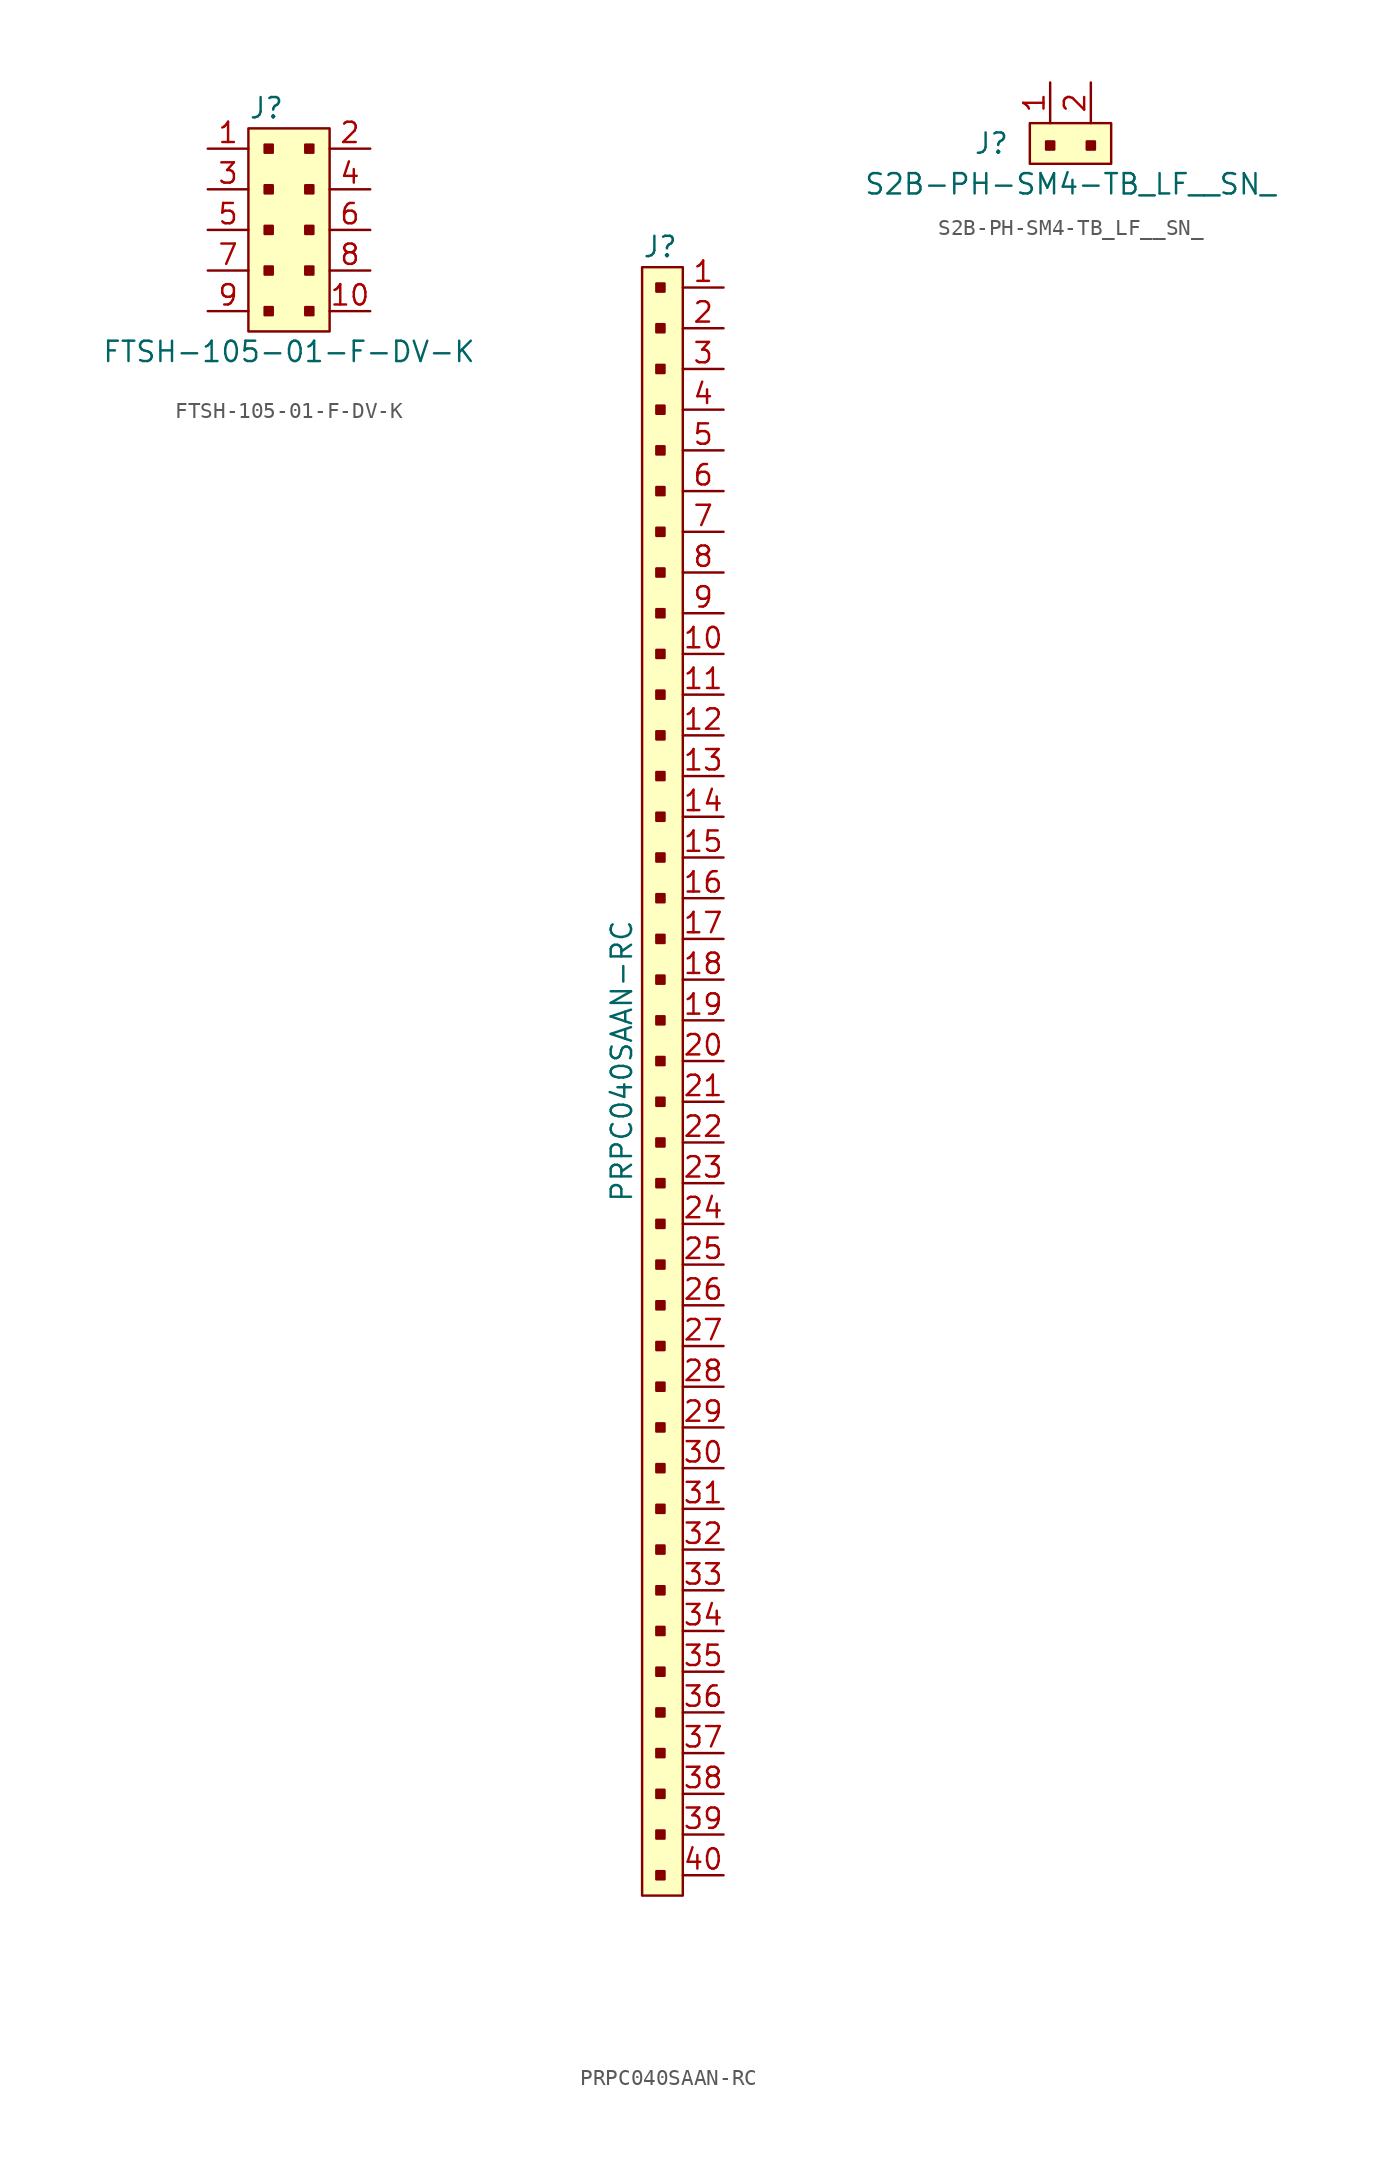
<source format=kicad_sym>
(kicad_symbol_lib
  (version 20240819)
  (generator "kicad_symbol_editor")
  (generator_version "8.99")
  (symbol "FTSH-105-01-F-DV-K"
    (pin_names
      (offset 1.016) hide)
    (property "Reference" "J"
      (at -2.54 7.62 0)
      (effects (font (size 1.27 1.27)) (justify left)))
    (property "Value" "FTSH-105-01-F-DV-K"
      (at 0 -7.62 0)
      (effects (font (size 1.27 1.27))))
    (symbol "FTSH-105-01-F-DV-K_1_1"
      (rectangle (start -2.54 6.35) (end 2.54 -6.35) (stroke (width 0) (type solid)) (fill (type background)))
      (rectangle (start -1.524 5.334) (end -1.016 4.826) (stroke (width 0) (type solid)) (fill (type outline)))
      (rectangle (start -1.524 2.794) (end -1.016 2.286) (stroke (width 0) (type solid)) (fill (type outline)))
      (rectangle (start -1.524 0.254) (end -1.016 -0.254) (stroke (width 0) (type solid)) (fill (type outline)))
      (rectangle (start -1.524 -2.286) (end -1.016 -2.794) (stroke (width 0) (type solid)) (fill (type outline)))
      (rectangle (start -1.524 -4.826) (end -1.016 -5.334) (stroke (width 0) (type solid)) (fill (type outline)))
      (rectangle (start 1.016 5.334) (end 1.524 4.826) (stroke (width 0) (type solid)) (fill (type outline)))
      (rectangle (start 1.016 2.794) (end 1.524 2.286) (stroke (width 0) (type solid)) (fill (type outline)))
      (rectangle (start 1.016 0.254) (end 1.524 -0.254) (stroke (width 0) (type solid)) (fill (type outline)))
      (rectangle (start 1.016 -2.286) (end 1.524 -2.794) (stroke (width 0) (type solid)) (fill (type outline)))
      (rectangle (start 1.016 -4.826) (end 1.524 -5.334) (stroke (width 0) (type solid)) (fill (type outline)))
      (pin passive line (at -5.08 5.08 0) (length 2.54) (name "~" (effects (font (size 1.27 1.27)))) (number "1" (effects (font (size 1.27 1.27)))))
      (pin passive line (at -5.08 2.54 0) (length 2.54) (name "~" (effects (font (size 1.27 1.27)))) (number "3" (effects (font (size 1.27 1.27)))))
      (pin passive line (at -5.08 0 0) (length 2.54) (name "~" (effects (font (size 1.27 1.27)))) (number "5" (effects (font (size 1.27 1.27)))))
      (pin passive line (at -5.08 -2.54 0) (length 2.54) (name "~" (effects (font (size 1.27 1.27)))) (number "7" (effects (font (size 1.27 1.27)))))
      (pin passive line (at -5.08 -5.08 0) (length 2.54) (name "~" (effects (font (size 1.27 1.27)))) (number "9" (effects (font (size 1.27 1.27)))))
      (pin passive line (at 5.08 5.08 180) (length 2.54) (name "~" (effects (font (size 1.27 1.27)))) (number "2" (effects (font (size 1.27 1.27)))))
      (pin passive line (at 5.08 2.54 180) (length 2.54) (name "~" (effects (font (size 1.27 1.27)))) (number "4" (effects (font (size 1.27 1.27)))))
      (pin passive line (at 5.08 0 180) (length 2.54) (name "~" (effects (font (size 1.27 1.27)))) (number "6" (effects (font (size 1.27 1.27)))))
      (pin passive line (at 5.08 -2.54 180) (length 2.54) (name "~" (effects (font (size 1.27 1.27)))) (number "8" (effects (font (size 1.27 1.27)))))
      (pin passive line (at 5.08 -5.08 180) (length 2.54) (name "~" (effects (font (size 1.27 1.27)))) (number "10" (effects (font (size 1.27 1.27)))))))
  (symbol "PRPC040SAAN-RC"
    (pin_names
      (offset 1.016) hide)
    (property "Reference" "J"
      (at -2.54 2.54 0)
      (effects (font (size 1.27 1.27)) (justify left)))
    (property "Value" "PRPC040SAAN-RC"
      (at -3.81 -48.26 90)
      (effects (font (size 1.27 1.27))))
    (symbol "PRPC040SAAN-RC_1_1"
      (rectangle (start -1.143 0.254) (end -1.651 -0.254) (stroke (width 0) (type solid)) (fill (type outline)))
      (rectangle (start -1.143 -2.286) (end -1.651 -2.794) (stroke (width 0) (type solid)) (fill (type outline)))
      (rectangle (start -1.143 -4.826) (end -1.651 -5.334) (stroke (width 0) (type solid)) (fill (type outline)))
      (rectangle (start -1.143 -7.366) (end -1.651 -7.874) (stroke (width 0) (type solid)) (fill (type outline)))
      (rectangle (start -1.143 -9.906) (end -1.651 -10.414) (stroke (width 0) (type solid)) (fill (type outline)))
      (rectangle (start -1.143 -12.446) (end -1.651 -12.954) (stroke (width 0) (type solid)) (fill (type outline)))
      (rectangle (start -1.143 -14.986) (end -1.651 -15.494) (stroke (width 0) (type solid)) (fill (type outline)))
      (rectangle (start -1.143 -17.526) (end -1.651 -18.034) (stroke (width 0) (type solid)) (fill (type outline)))
      (rectangle (start -1.143 -20.066) (end -1.651 -20.574) (stroke (width 0) (type solid)) (fill (type outline)))
      (rectangle (start -1.143 -22.606) (end -1.651 -23.114) (stroke (width 0) (type solid)) (fill (type outline)))
      (rectangle (start -1.143 -25.146) (end -1.651 -25.654) (stroke (width 0) (type solid)) (fill (type outline)))
      (rectangle (start -1.143 -27.686) (end -1.651 -28.194) (stroke (width 0) (type solid)) (fill (type outline)))
      (rectangle (start -1.143 -30.226) (end -1.651 -30.734) (stroke (width 0) (type solid)) (fill (type outline)))
      (rectangle (start -1.143 -32.766) (end -1.651 -33.274) (stroke (width 0) (type solid)) (fill (type outline)))
      (rectangle (start -1.143 -35.306) (end -1.651 -35.814) (stroke (width 0) (type solid)) (fill (type outline)))
      (rectangle (start -1.143 -37.846) (end -1.651 -38.354) (stroke (width 0) (type solid)) (fill (type outline)))
      (rectangle (start -1.143 -40.386) (end -1.651 -40.894) (stroke (width 0) (type solid)) (fill (type outline)))
      (rectangle (start -1.143 -42.926) (end -1.651 -43.434) (stroke (width 0) (type solid)) (fill (type outline)))
      (rectangle (start -1.143 -45.466) (end -1.651 -45.974) (stroke (width 0) (type solid)) (fill (type outline)))
      (rectangle (start -1.143 -48.006) (end -1.651 -48.514) (stroke (width 0) (type solid)) (fill (type outline)))
      (rectangle (start -1.143 -50.546) (end -1.651 -51.054) (stroke (width 0) (type solid)) (fill (type outline)))
      (rectangle (start -1.143 -53.086) (end -1.651 -53.594) (stroke (width 0) (type solid)) (fill (type outline)))
      (rectangle (start -1.143 -55.626) (end -1.651 -56.134) (stroke (width 0) (type solid)) (fill (type outline)))
      (rectangle (start -1.143 -58.166) (end -1.651 -58.674) (stroke (width 0) (type solid)) (fill (type outline)))
      (rectangle (start -1.143 -60.706) (end -1.651 -61.214) (stroke (width 0) (type solid)) (fill (type outline)))
      (rectangle (start -1.143 -63.246) (end -1.651 -63.754) (stroke (width 0) (type solid)) (fill (type outline)))
      (rectangle (start -1.143 -65.786) (end -1.651 -66.294) (stroke (width 0) (type solid)) (fill (type outline)))
      (rectangle (start -1.143 -68.326) (end -1.651 -68.834) (stroke (width 0) (type solid)) (fill (type outline)))
      (rectangle (start -1.143 -70.866) (end -1.651 -71.374) (stroke (width 0) (type solid)) (fill (type outline)))
      (rectangle (start -1.143 -73.406) (end -1.651 -73.914) (stroke (width 0) (type solid)) (fill (type outline)))
      (rectangle (start -1.143 -75.946) (end -1.651 -76.454) (stroke (width 0) (type solid)) (fill (type outline)))
      (rectangle (start -1.143 -78.486) (end -1.651 -78.994) (stroke (width 0) (type solid)) (fill (type outline)))
      (rectangle (start -1.143 -81.026) (end -1.651 -81.534) (stroke (width 0) (type solid)) (fill (type outline)))
      (rectangle (start -1.143 -83.566) (end -1.651 -84.074) (stroke (width 0) (type solid)) (fill (type outline)))
      (rectangle (start -1.143 -86.106) (end -1.651 -86.614) (stroke (width 0) (type solid)) (fill (type outline)))
      (rectangle (start -1.143 -88.646) (end -1.651 -89.154) (stroke (width 0) (type solid)) (fill (type outline)))
      (rectangle (start -1.143 -91.186) (end -1.651 -91.694) (stroke (width 0) (type solid)) (fill (type outline)))
      (rectangle (start -1.143 -93.726) (end -1.651 -94.234) (stroke (width 0) (type solid)) (fill (type outline)))
      (rectangle (start -1.143 -96.266) (end -1.651 -96.774) (stroke (width 0) (type solid)) (fill (type outline)))
      (rectangle (start -1.143 -98.806) (end -1.651 -99.314) (stroke (width 0) (type solid)) (fill (type outline)))
      (rectangle (start 0 1.27) (end -2.54 -100.33) (stroke (width 0) (type solid)) (fill (type background)))
      (pin passive line (at 2.54 0 180) (length 2.54) (name "~" (effects (font (size 1.27 1.27)))) (number "1" (effects (font (size 1.27 1.27)))))
      (pin passive line (at 2.54 -2.54 180) (length 2.54) (name "~" (effects (font (size 1.27 1.27)))) (number "2" (effects (font (size 1.27 1.27)))))
      (pin passive line (at 2.54 -5.08 180) (length 2.54) (name "~" (effects (font (size 1.27 1.27)))) (number "3" (effects (font (size 1.27 1.27)))))
      (pin passive line (at 2.54 -7.62 180) (length 2.54) (name "~" (effects (font (size 1.27 1.27)))) (number "4" (effects (font (size 1.27 1.27)))))
      (pin passive line (at 2.54 -10.16 180) (length 2.54) (name "~" (effects (font (size 1.27 1.27)))) (number "5" (effects (font (size 1.27 1.27)))))
      (pin passive line (at 2.54 -12.7 180) (length 2.54) (name "~" (effects (font (size 1.27 1.27)))) (number "6" (effects (font (size 1.27 1.27)))))
      (pin passive line (at 2.54 -15.24 180) (length 2.54) (name "~" (effects (font (size 1.27 1.27)))) (number "7" (effects (font (size 1.27 1.27)))))
      (pin passive line (at 2.54 -17.78 180) (length 2.54) (name "~" (effects (font (size 1.27 1.27)))) (number "8" (effects (font (size 1.27 1.27)))))
      (pin passive line (at 2.54 -20.32 180) (length 2.54) (name "~" (effects (font (size 1.27 1.27)))) (number "9" (effects (font (size 1.27 1.27)))))
      (pin passive line (at 2.54 -22.86 180) (length 2.54) (name "~" (effects (font (size 1.27 1.27)))) (number "10" (effects (font (size 1.27 1.27)))))
      (pin passive line (at 2.54 -25.4 180) (length 2.54) (name "~" (effects (font (size 1.27 1.27)))) (number "11" (effects (font (size 1.27 1.27)))))
      (pin passive line (at 2.54 -27.94 180) (length 2.54) (name "~" (effects (font (size 1.27 1.27)))) (number "12" (effects (font (size 1.27 1.27)))))
      (pin passive line (at 2.54 -30.48 180) (length 2.54) (name "~" (effects (font (size 1.27 1.27)))) (number "13" (effects (font (size 1.27 1.27)))))
      (pin passive line (at 2.54 -33.02 180) (length 2.54) (name "~" (effects (font (size 1.27 1.27)))) (number "14" (effects (font (size 1.27 1.27)))))
      (pin passive line (at 2.54 -35.56 180) (length 2.54) (name "~" (effects (font (size 1.27 1.27)))) (number "15" (effects (font (size 1.27 1.27)))))
      (pin passive line (at 2.54 -38.1 180) (length 2.54) (name "~" (effects (font (size 1.27 1.27)))) (number "16" (effects (font (size 1.27 1.27)))))
      (pin passive line (at 2.54 -40.64 180) (length 2.54) (name "~" (effects (font (size 1.27 1.27)))) (number "17" (effects (font (size 1.27 1.27)))))
      (pin passive line (at 2.54 -43.18 180) (length 2.54) (name "~" (effects (font (size 1.27 1.27)))) (number "18" (effects (font (size 1.27 1.27)))))
      (pin passive line (at 2.54 -45.72 180) (length 2.54) (name "~" (effects (font (size 1.27 1.27)))) (number "19" (effects (font (size 1.27 1.27)))))
      (pin passive line (at 2.54 -48.26 180) (length 2.54) (name "~" (effects (font (size 1.27 1.27)))) (number "20" (effects (font (size 1.27 1.27)))))
      (pin passive line (at 2.54 -50.8 180) (length 2.54) (name "~" (effects (font (size 1.27 1.27)))) (number "21" (effects (font (size 1.27 1.27)))))
      (pin passive line (at 2.54 -53.34 180) (length 2.54) (name "~" (effects (font (size 1.27 1.27)))) (number "22" (effects (font (size 1.27 1.27)))))
      (pin passive line (at 2.54 -55.88 180) (length 2.54) (name "~" (effects (font (size 1.27 1.27)))) (number "23" (effects (font (size 1.27 1.27)))))
      (pin passive line (at 2.54 -58.42 180) (length 2.54) (name "~" (effects (font (size 1.27 1.27)))) (number "24" (effects (font (size 1.27 1.27)))))
      (pin passive line (at 2.54 -60.96 180) (length 2.54) (name "~" (effects (font (size 1.27 1.27)))) (number "25" (effects (font (size 1.27 1.27)))))
      (pin passive line (at 2.54 -63.5 180) (length 2.54) (name "~" (effects (font (size 1.27 1.27)))) (number "26" (effects (font (size 1.27 1.27)))))
      (pin passive line (at 2.54 -66.04 180) (length 2.54) (name "~" (effects (font (size 1.27 1.27)))) (number "27" (effects (font (size 1.27 1.27)))))
      (pin passive line (at 2.54 -68.58 180) (length 2.54) (name "~" (effects (font (size 1.27 1.27)))) (number "28" (effects (font (size 1.27 1.27)))))
      (pin passive line (at 2.54 -71.12 180) (length 2.54) (name "~" (effects (font (size 1.27 1.27)))) (number "29" (effects (font (size 1.27 1.27)))))
      (pin passive line (at 2.54 -73.66 180) (length 2.54) (name "~" (effects (font (size 1.27 1.27)))) (number "30" (effects (font (size 1.27 1.27)))))
      (pin passive line (at 2.54 -76.2 180) (length 2.54) (name "~" (effects (font (size 1.27 1.27)))) (number "31" (effects (font (size 1.27 1.27)))))
      (pin passive line (at 2.54 -78.74 180) (length 2.54) (name "~" (effects (font (size 1.27 1.27)))) (number "32" (effects (font (size 1.27 1.27)))))
      (pin passive line (at 2.54 -81.28 180) (length 2.54) (name "~" (effects (font (size 1.27 1.27)))) (number "33" (effects (font (size 1.27 1.27)))))
      (pin passive line (at 2.54 -83.82 180) (length 2.54) (name "~" (effects (font (size 1.27 1.27)))) (number "34" (effects (font (size 1.27 1.27)))))
      (pin passive line (at 2.54 -86.36 180) (length 2.54) (name "~" (effects (font (size 1.27 1.27)))) (number "35" (effects (font (size 1.27 1.27)))))
      (pin passive line (at 2.54 -88.9 180) (length 2.54) (name "~" (effects (font (size 1.27 1.27)))) (number "36" (effects (font (size 1.27 1.27)))))
      (pin passive line (at 2.54 -91.44 180) (length 2.54) (name "~" (effects (font (size 1.27 1.27)))) (number "37" (effects (font (size 1.27 1.27)))))
      (pin passive line (at 2.54 -93.98 180) (length 2.54) (name "~" (effects (font (size 1.27 1.27)))) (number "38" (effects (font (size 1.27 1.27)))))
      (pin passive line (at 2.54 -96.52 180) (length 2.54) (name "~" (effects (font (size 1.27 1.27)))) (number "39" (effects (font (size 1.27 1.27)))))
      (pin passive line (at 2.54 -99.06 180) (length 2.54) (name "~" (effects (font (size 1.27 1.27)))) (number "40" (effects (font (size 1.27 1.27)))))))
  (symbol "S2B-PH-SM4-TB_LF__SN_"
    (pin_names
      (offset 1.016))
    (property "Reference" "J"
      (at -2.54 -1.27 0)
      (effects (font (size 1.27 1.27)) (justify right)))
    (property "Value" "S2B-PH-SM4-TB_LF__SN_"
      (at 1.27 -3.81 0)
      (effects (font (size 1.27 1.27))))
    (symbol "S2B-PH-SM4-TB_LF__SN__1_1"
      (rectangle (start -1.27 0) (end 3.81 -2.54) (stroke (width 0) (type solid)) (fill (type background)))
      (rectangle (start -0.254 -1.143) (end 0.254 -1.651) (stroke (width 0) (type solid)) (fill (type outline)))
      (rectangle (start 2.286 -1.143) (end 2.794 -1.651) (stroke (width 0) (type solid)) (fill (type outline)))
      (pin passive line (at 0 2.54 270) (length 2.54) (name "~" (effects (font (size 1.27 1.27)))) (number "1" (effects (font (size 1.27 1.27)))))
      (pin passive line (at 2.54 2.54 270) (length 2.54) (name "~" (effects (font (size 1.27 1.27)))) (number "2" (effects (font (size 1.27 1.27))))))))
</source>
